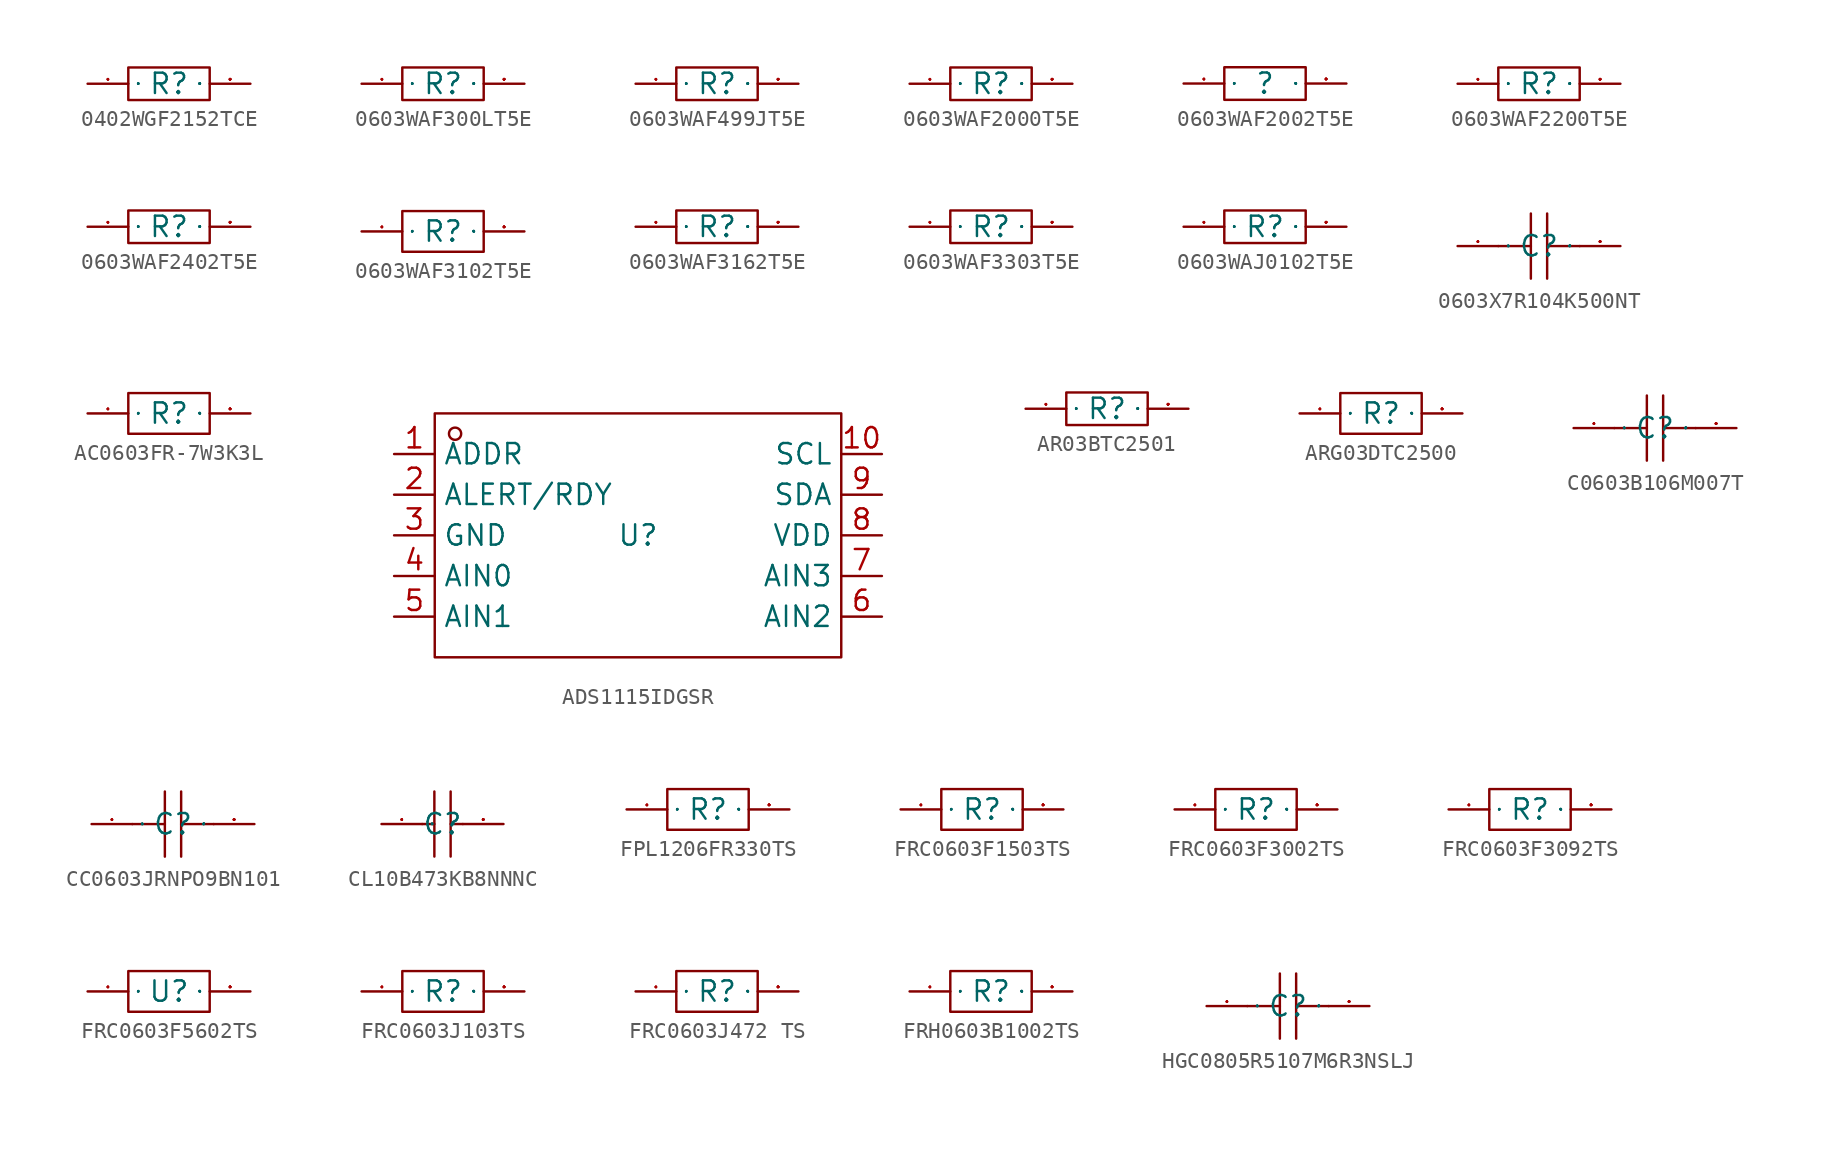
<source format=kicad_sym>
(kicad_symbol_lib
  (version 20241209)
  (generator "kicad_symbol_editor")
  (generator_version "9.0")
  (symbol "0402WGF2152TCE"
    (property "Reference" "R"
      (at 0 0 0)
      (effects (font (size 1.27 1.27))))
    (symbol "0402WGF2152TCE_1_0"
      (rectangle (start -2.54 -1.016) (end 2.54 1.016) (stroke (width 0) (type default)) (fill (type none)))
      (pin input line (at -5.08 0 0) (length 2.54) (name "1" (effects (font (size 0.025 0.025)))) (number "1" (effects (font (size 0.025 0.025)))))
      (pin input line (at 5.08 0 180) (length 2.54) (name "2" (effects (font (size 0.025 0.025)))) (number "2" (effects (font (size 0.025 0.025)))))))
  (symbol "0603WAF300LT5E"
    (property "Reference" "R"
      (at 0 0 0)
      (effects (font (size 1.27 1.27))))
    (symbol "0603WAF300LT5E_1_0"
      (rectangle (start -2.54 -1.016) (end 2.54 1.016) (stroke (width 0) (type default)) (fill (type none)))
      (pin unspecified line (at -5.08 0 0) (length 2.54) (name "1" (effects (font (size 0.025 0.025)))) (number "1" (effects (font (size 0.025 0.025)))))
      (pin unspecified line (at 5.08 0 180) (length 2.54) (name "2" (effects (font (size 0.025 0.025)))) (number "2" (effects (font (size 0.025 0.025)))))))
  (symbol "0603WAF499JT5E"
    (property "Reference" "R"
      (at 0 0 0)
      (effects (font (size 1.27 1.27))))
    (symbol "0603WAF499JT5E_1_0"
      (rectangle (start -2.54 -1.016) (end 2.54 1.016) (stroke (width 0) (type default)) (fill (type none)))
      (pin input line (at -5.08 0 0) (length 2.54) (name "1" (effects (font (size 0.025 0.025)))) (number "1" (effects (font (size 0.025 0.025)))))
      (pin input line (at 5.08 0 180) (length 2.54) (name "2" (effects (font (size 0.025 0.025)))) (number "2" (effects (font (size 0.025 0.025)))))))
  (symbol "0603WAF2000T5E"
    (property "Reference" "R"
      (at 0 0 0)
      (effects (font (size 1.27 1.27))))
    (symbol "0603WAF2000T5E_1_0"
      (rectangle (start -2.54 -1.016) (end 2.54 1.016) (stroke (width 0) (type default)) (fill (type none)))
      (pin input line (at -5.08 0 0) (length 2.54) (name "1" (effects (font (size 0.025 0.025)))) (number "1" (effects (font (size 0.025 0.025)))))
      (pin input line (at 5.08 0 180) (length 2.54) (name "2" (effects (font (size 0.025 0.025)))) (number "2" (effects (font (size 0.025 0.025)))))))
  (symbol "0603WAF2002T5E"
    (property "Reference" ""
      (at 0 0 0)
      (effects (font (size 1.27 1.27))))
    (symbol "0603WAF2002T5E_1_0"
      (rectangle (start -2.54 -1.016) (end 2.54 1.016) (stroke (width 0) (type default)) (fill (type none)))
      (pin input line (at -5.08 0 0) (length 2.54) (name "1" (effects (font (size 0.025 0.025)))) (number "1" (effects (font (size 0.025 0.025)))))
      (pin input line (at 5.08 0 180) (length 2.54) (name "2" (effects (font (size 0.025 0.025)))) (number "2" (effects (font (size 0.025 0.025)))))))
  (symbol "0603WAF2200T5E"
    (property "Reference" "R"
      (at 0 0 0)
      (effects (font (size 1.27 1.27))))
    (symbol "0603WAF2200T5E_1_0"
      (rectangle (start -2.54 -1.016) (end 2.54 1.016) (stroke (width 0) (type default)) (fill (type none)))
      (pin input line (at -5.08 0 0) (length 2.54) (name "1" (effects (font (size 0.025 0.025)))) (number "1" (effects (font (size 0.025 0.025)))))
      (pin input line (at 5.08 0 180) (length 2.54) (name "2" (effects (font (size 0.025 0.025)))) (number "2" (effects (font (size 0.025 0.025)))))))
  (symbol "0603WAF2402T5E"
    (property "Reference" "R"
      (at 0 0 0)
      (effects (font (size 1.27 1.27))))
    (symbol "0603WAF2402T5E_1_0"
      (rectangle (start -2.54 -1.016) (end 2.54 1.016) (stroke (width 0) (type default)) (fill (type none)))
      (pin input line (at -5.08 0 0) (length 2.54) (name "1" (effects (font (size 0.025 0.025)))) (number "1" (effects (font (size 0.025 0.025)))))
      (pin input line (at 5.08 0 180) (length 2.54) (name "2" (effects (font (size 0.025 0.025)))) (number "2" (effects (font (size 0.025 0.025)))))))
  (symbol "0603WAF3102T5E"
    (property "Reference" "R"
      (at 0 0 0)
      (effects (font (size 1.27 1.27))))
    (symbol "0603WAF3102T5E_1_0"
      (rectangle (start -2.54 1.27) (end 2.54 -1.27) (stroke (width 0) (type default)) (fill (type none)))
      (pin unspecified line (at -5.08 0 0) (length 2.54) (name "1" (effects (font (size 0.025 0.025)))) (number "1" (effects (font (size 0.025 0.025)))))
      (pin unspecified line (at 5.08 0 180) (length 2.54) (name "2" (effects (font (size 0.025 0.025)))) (number "2" (effects (font (size 0.025 0.025)))))))
  (symbol "0603WAF3162T5E"
    (property "Reference" "R"
      (at 0 0 0)
      (effects (font (size 1.27 1.27))))
    (symbol "0603WAF3162T5E_1_0"
      (rectangle (start -2.54 -1.016) (end 2.54 1.016) (stroke (width 0) (type default)) (fill (type none)))
      (pin input line (at -5.08 0 0) (length 2.54) (name "1" (effects (font (size 0.025 0.025)))) (number "1" (effects (font (size 0.025 0.025)))))
      (pin input line (at 5.08 0 180) (length 2.54) (name "2" (effects (font (size 0.025 0.025)))) (number "2" (effects (font (size 0.025 0.025)))))))
  (symbol "0603WAF3303T5E"
    (property "Reference" "R"
      (at 0 0 0)
      (effects (font (size 1.27 1.27))))
    (symbol "0603WAF3303T5E_1_0"
      (rectangle (start -2.54 -1.016) (end 2.54 1.016) (stroke (width 0) (type default)) (fill (type none)))
      (pin input line (at -5.08 0 0) (length 2.54) (name "1" (effects (font (size 0.025 0.025)))) (number "1" (effects (font (size 0.025 0.025)))))
      (pin input line (at 5.08 0 180) (length 2.54) (name "2" (effects (font (size 0.025 0.025)))) (number "2" (effects (font (size 0.025 0.025)))))))
  (symbol "0603WAJ0102T5E"
    (property "Reference" "R"
      (at 0 0 0)
      (effects (font (size 1.27 1.27))))
    (symbol "0603WAJ0102T5E_1_0"
      (rectangle (start -2.54 -1.016) (end 2.54 1.016) (stroke (width 0) (type default)) (fill (type none)))
      (pin input line (at -5.08 0 0) (length 2.54) (name "1" (effects (font (size 0.025 0.025)))) (number "1" (effects (font (size 0.025 0.025)))))
      (pin input line (at 5.08 0 180) (length 2.54) (name "2" (effects (font (size 0.025 0.025)))) (number "2" (effects (font (size 0.025 0.025)))))))
  (symbol "0603X7R104K500NT"
    (property "Reference" "C"
      (at 0 0 0)
      (effects (font (size 1.27 1.27))))
    (symbol "0603X7R104K500NT_1_0"
      (polyline (pts (xy -0.508 0) (xy -2.54 0)) (stroke (width 0) (type default)) (fill (type none)))
      (polyline (pts (xy -0.508 -2.032) (xy -0.508 2.032)) (stroke (width 0) (type default)) (fill (type none)))
      (polyline (pts (xy 0.508 2.032) (xy 0.508 -2.032)) (stroke (width 0) (type default)) (fill (type none)))
      (polyline (pts (xy 2.54 0) (xy 0.508 0)) (stroke (width 0) (type default)) (fill (type none)))
      (pin unspecified line (at -5.08 0 0) (length 2.54) (name "1" (effects (font (size 0.025 0.025)))) (number "1" (effects (font (size 0.025 0.025)))))
      (pin unspecified line (at 5.08 0 180) (length 2.54) (name "2" (effects (font (size 0.025 0.025)))) (number "2" (effects (font (size 0.025 0.025)))))))
  (symbol "AC0603FR-7W3K3L"
    (property "Reference" "R"
      (at 0 0 0)
      (effects (font (size 1.27 1.27))))
    (symbol "AC0603FR-7W3K3L_1_0"
      (rectangle (start -2.54 1.27) (end 2.54 -1.27) (stroke (width 0) (type default)) (fill (type none)))
      (pin unspecified line (at -5.08 0 0) (length 2.54) (name "1" (effects (font (size 0.025 0.025)))) (number "1" (effects (font (size 0.025 0.025)))))
      (pin unspecified line (at 5.08 0 180) (length 2.54) (name "2" (effects (font (size 0.025 0.025)))) (number "2" (effects (font (size 0.025 0.025)))))))
  (symbol "ADS1115IDGSR"
    (property "Reference" "U"
      (at 0 0 0)
      (effects (font (size 1.27 1.27))))
    (property "Value" ""
      (at 0 0 0)
      (effects (font (size 1.27 1.27))))
    (symbol "ADS1115IDGSR_1_0"
      (rectangle (start -12.7 -7.62) (end 12.7 7.62) (stroke (width 0) (type default)) (fill (type none)))
      (circle (center -11.43 6.35) (radius 0.381) (stroke (width 0) (type default)) (fill (type none)))
      (pin unspecified line (at -15.24 5.08 0) (length 2.54) (name "ADDR" (effects (font (size 1.27 1.27)))) (number "1" (effects (font (size 1.27 1.27)))))
      (pin unspecified line (at -15.24 2.54 0) (length 2.54) (name "ALERT/RDY" (effects (font (size 1.27 1.27)))) (number "2" (effects (font (size 1.27 1.27)))))
      (pin unspecified line (at -15.24 0 0) (length 2.54) (name "GND" (effects (font (size 1.27 1.27)))) (number "3" (effects (font (size 1.27 1.27)))))
      (pin unspecified line (at -15.24 -2.54 0) (length 2.54) (name "AIN0" (effects (font (size 1.27 1.27)))) (number "4" (effects (font (size 1.27 1.27)))))
      (pin unspecified line (at -15.24 -5.08 0) (length 2.54) (name "AIN1" (effects (font (size 1.27 1.27)))) (number "5" (effects (font (size 1.27 1.27)))))
      (pin unspecified line (at 15.24 5.08 180) (length 2.54) (name "SCL" (effects (font (size 1.27 1.27)))) (number "10" (effects (font (size 1.27 1.27)))))
      (pin unspecified line (at 15.24 2.54 180) (length 2.54) (name "SDA" (effects (font (size 1.27 1.27)))) (number "9" (effects (font (size 1.27 1.27)))))
      (pin unspecified line (at 15.24 0 180) (length 2.54) (name "VDD" (effects (font (size 1.27 1.27)))) (number "8" (effects (font (size 1.27 1.27)))))
      (pin unspecified line (at 15.24 -2.54 180) (length 2.54) (name "AIN3" (effects (font (size 1.27 1.27)))) (number "7" (effects (font (size 1.27 1.27)))))
      (pin unspecified line (at 15.24 -5.08 180) (length 2.54) (name "AIN2" (effects (font (size 1.27 1.27)))) (number "6" (effects (font (size 1.27 1.27)))))))
  (symbol "AR03BTC2501"
    (property "Reference" "R"
      (at 0 0 0)
      (effects (font (size 1.27 1.27))))
    (symbol "AR03BTC2501_1_0"
      (rectangle (start -2.54 -1.016) (end 2.54 1.016) (stroke (width 0) (type default)) (fill (type none)))
      (pin unspecified line (at -5.08 0 0) (length 2.54) (name "1" (effects (font (size 0.025 0.025)))) (number "1" (effects (font (size 0.025 0.025)))))
      (pin unspecified line (at 5.08 0 180) (length 2.54) (name "2" (effects (font (size 0.025 0.025)))) (number "2" (effects (font (size 0.025 0.025)))))))
  (symbol "ARG03DTC2500"
    (property "Reference" "R"
      (at 0 0 0)
      (effects (font (size 1.27 1.27))))
    (symbol "ARG03DTC2500_1_0"
      (rectangle (start -2.54 -1.27) (end 2.54 1.27) (stroke (width 0) (type default)) (fill (type none)))
      (pin unspecified line (at -5.08 0 0) (length 2.54) (name "1" (effects (font (size 0.025 0.025)))) (number "1" (effects (font (size 0.025 0.025)))))
      (pin unspecified line (at 5.08 0 180) (length 2.54) (name "2" (effects (font (size 0.025 0.025)))) (number "2" (effects (font (size 0.025 0.025)))))))
  (symbol "C0603B106M007T"
    (property "Reference" "C"
      (at 0 0 0)
      (effects (font (size 1.27 1.27))))
    (symbol "C0603B106M007T_1_0"
      (polyline (pts (xy -0.508 0) (xy -2.54 0)) (stroke (width 0) (type default)) (fill (type none)))
      (polyline (pts (xy -0.508 -2.032) (xy -0.508 2.032)) (stroke (width 0) (type default)) (fill (type none)))
      (polyline (pts (xy 0.508 2.032) (xy 0.508 -2.032)) (stroke (width 0) (type default)) (fill (type none)))
      (polyline (pts (xy 2.54 0) (xy 0.508 0)) (stroke (width 0) (type default)) (fill (type none)))
      (pin unspecified line (at -5.08 0 0) (length 2.54) (name "1" (effects (font (size 0.025 0.025)))) (number "1" (effects (font (size 0.025 0.025)))))
      (pin unspecified line (at 5.08 0 180) (length 2.54) (name "2" (effects (font (size 0.025 0.025)))) (number "2" (effects (font (size 0.025 0.025)))))))
  (symbol "CC0603JRNPO9BN101"
    (property "Reference" "C"
      (at 0 0 0)
      (effects (font (size 1.27 1.27))))
    (symbol "CC0603JRNPO9BN101_1_0"
      (polyline (pts (xy -0.508 0) (xy -2.54 0)) (stroke (width 0) (type default)) (fill (type none)))
      (polyline (pts (xy -0.508 -2.032) (xy -0.508 2.032)) (stroke (width 0) (type default)) (fill (type none)))
      (polyline (pts (xy 0.508 2.032) (xy 0.508 -2.032)) (stroke (width 0) (type default)) (fill (type none)))
      (polyline (pts (xy 2.54 0) (xy 0.508 0)) (stroke (width 0) (type default)) (fill (type none)))
      (pin input line (at -5.08 0 0) (length 2.54) (name "1" (effects (font (size 0.025 0.025)))) (number "1" (effects (font (size 0.025 0.025)))))
      (pin input line (at 5.08 0 180) (length 2.54) (name "2" (effects (font (size 0.025 0.025)))) (number "2" (effects (font (size 0.025 0.025)))))))
  (symbol "CL10B473KB8NNNC"
    (property "Reference" "C"
      (at 0 0 0)
      (effects (font (size 1.27 1.27))))
    (symbol "CL10B473KB8NNNC_1_0"
      (polyline (pts (xy -1.27 0) (xy -0.508 0)) (stroke (width 0) (type default)) (fill (type none)))
      (polyline (pts (xy -0.508 2.032) (xy -0.508 -2.032)) (stroke (width 0) (type default)) (fill (type none)))
      (polyline (pts (xy 0.508 2.032) (xy 0.508 -2.032)) (stroke (width 0) (type default)) (fill (type none)))
      (polyline (pts (xy 0.508 0) (xy 1.27 0)) (stroke (width 0) (type default)) (fill (type none)))
      (pin input line (at -3.81 0 0) (length 2.54) (name "1" (effects (font (size 0.025 0.025)))) (number "1" (effects (font (size 0.025 0.025)))))
      (pin input line (at 3.81 0 180) (length 2.54) (name "2" (effects (font (size 0.025 0.025)))) (number "2" (effects (font (size 0.025 0.025)))))))
  (symbol "FPL1206FR330TS"
    (property "Reference" "R"
      (at 0 0 0)
      (effects (font (size 1.27 1.27))))
    (symbol "FPL1206FR330TS_1_0"
      (rectangle (start -2.54 1.27) (end 2.54 -1.27) (stroke (width 0) (type default)) (fill (type none)))
      (pin unspecified line (at -5.08 0 0) (length 2.54) (name "1" (effects (font (size 0.025 0.025)))) (number "1" (effects (font (size 0.025 0.025)))))
      (pin unspecified line (at 5.08 0 180) (length 2.54) (name "2" (effects (font (size 0.025 0.025)))) (number "2" (effects (font (size 0.025 0.025)))))))
  (symbol "FRC0603F1503TS"
    (property "Reference" "R"
      (at 0 0 0)
      (effects (font (size 1.27 1.27))))
    (symbol "FRC0603F1503TS_1_0"
      (rectangle (start -2.54 -1.27) (end 2.54 1.27) (stroke (width 0) (type default)) (fill (type none)))
      (pin unspecified line (at -5.08 0 0) (length 2.54) (name "1" (effects (font (size 0.025 0.025)))) (number "1" (effects (font (size 0.025 0.025)))))
      (pin unspecified line (at 5.08 0 180) (length 2.54) (name "2" (effects (font (size 0.025 0.025)))) (number "2" (effects (font (size 0.025 0.025)))))))
  (symbol "FRC0603F3002TS"
    (property "Reference" "R"
      (at 0 0 0)
      (effects (font (size 1.27 1.27))))
    (symbol "FRC0603F3002TS_1_0"
      (rectangle (start -2.54 1.27) (end 2.54 -1.27) (stroke (width 0) (type default)) (fill (type none)))
      (pin unspecified line (at -5.08 0 0) (length 2.54) (name "1" (effects (font (size 0.025 0.025)))) (number "1" (effects (font (size 0.025 0.025)))))
      (pin unspecified line (at 5.08 0 180) (length 2.54) (name "2" (effects (font (size 0.025 0.025)))) (number "2" (effects (font (size 0.025 0.025)))))))
  (symbol "FRC0603F3092TS"
    (property "Reference" "R"
      (at 0 0 0)
      (effects (font (size 1.27 1.27))))
    (symbol "FRC0603F3092TS_1_0"
      (rectangle (start -2.54 -1.27) (end 2.54 1.27) (stroke (width 0) (type default)) (fill (type none)))
      (pin unspecified line (at -5.08 0 0) (length 2.54) (name "1" (effects (font (size 0.025 0.025)))) (number "1" (effects (font (size 0.025 0.025)))))
      (pin unspecified line (at 5.08 0 180) (length 2.54) (name "2" (effects (font (size 0.025 0.025)))) (number "2" (effects (font (size 0.025 0.025)))))))
  (symbol "FRC0603F5602TS"
    (property "Reference" "U"
      (at 0 0 0)
      (effects (font (size 1.27 1.27))))
    (symbol "FRC0603F5602TS_1_0"
      (rectangle (start -2.54 -1.27) (end 2.54 1.27) (stroke (width 0) (type default)) (fill (type none)))
      (pin unspecified line (at -5.08 0 0) (length 2.54) (name "1" (effects (font (size 0.025 0.025)))) (number "1" (effects (font (size 0.025 0.025)))))
      (pin unspecified line (at 5.08 0 180) (length 2.54) (name "2" (effects (font (size 0.025 0.025)))) (number "2" (effects (font (size 0.025 0.025)))))))
  (symbol "FRC0603J103TS"
    (property "Reference" "R"
      (at 0 0 0)
      (effects (font (size 1.27 1.27))))
    (symbol "FRC0603J103TS_1_0"
      (rectangle (start -2.54 1.27) (end 2.54 -1.27) (stroke (width 0) (type default)) (fill (type none)))
      (pin unspecified line (at -5.08 0 0) (length 2.54) (name "1" (effects (font (size 0.025 0.025)))) (number "1" (effects (font (size 0.025 0.025)))))
      (pin unspecified line (at 5.08 0 180) (length 2.54) (name "2" (effects (font (size 0.025 0.025)))) (number "2" (effects (font (size 0.025 0.025)))))))
  (symbol "FRC0603J472 TS"
    (property "Reference" "R"
      (at 0 0 0)
      (effects (font (size 1.27 1.27))))
    (symbol "FRC0603J472 TS_1_0"
      (rectangle (start -2.54 -1.27) (end 2.54 1.27) (stroke (width 0) (type default)) (fill (type none)))
      (pin input line (at -5.08 0 0) (length 2.54) (name "1" (effects (font (size 0.025 0.025)))) (number "1" (effects (font (size 0.025 0.025)))))
      (pin input line (at 5.08 0 180) (length 2.54) (name "2" (effects (font (size 0.025 0.025)))) (number "2" (effects (font (size 0.025 0.025)))))))
  (symbol "FRH0603B1002TS"
    (property "Reference" "R"
      (at 0 0 0)
      (effects (font (size 1.27 1.27))))
    (symbol "FRH0603B1002TS_1_0"
      (rectangle (start -2.54 1.27) (end 2.54 -1.27) (stroke (width 0) (type default)) (fill (type none)))
      (pin unspecified line (at -5.08 0 0) (length 2.54) (name "1" (effects (font (size 0.025 0.025)))) (number "1" (effects (font (size 0.025 0.025)))))
      (pin unspecified line (at 5.08 0 180) (length 2.54) (name "2" (effects (font (size 0.025 0.025)))) (number "2" (effects (font (size 0.025 0.025)))))))
  (symbol "HGC0805R5107M6R3NSLJ"
    (property "Reference" "C"
      (at 0 0 0)
      (effects (font (size 1.27 1.27))))
    (symbol "HGC0805R5107M6R3NSLJ_1_0"
      (polyline (pts (xy -0.508 0) (xy -2.54 0)) (stroke (width 0) (type default)) (fill (type none)))
      (polyline (pts (xy -0.508 -2.032) (xy -0.508 2.032)) (stroke (width 0) (type default)) (fill (type none)))
      (polyline (pts (xy 0.508 2.032) (xy 0.508 -2.032)) (stroke (width 0) (type default)) (fill (type none)))
      (polyline (pts (xy 2.54 0) (xy 0.508 0)) (stroke (width 0) (type default)) (fill (type none)))
      (pin unspecified line (at -5.08 0 0) (length 2.54) (name "1" (effects (font (size 0.025 0.025)))) (number "1" (effects (font (size 0.025 0.025)))))
      (pin unspecified line (at 5.08 0 180) (length 2.54) (name "2" (effects (font (size 0.025 0.025)))) (number "2" (effects (font (size 0.025 0.025))))))))
</source>
